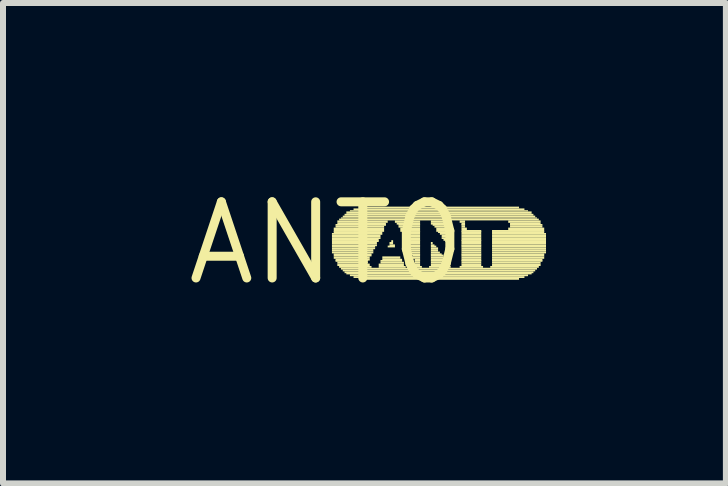
<source format=kicad_pcb>
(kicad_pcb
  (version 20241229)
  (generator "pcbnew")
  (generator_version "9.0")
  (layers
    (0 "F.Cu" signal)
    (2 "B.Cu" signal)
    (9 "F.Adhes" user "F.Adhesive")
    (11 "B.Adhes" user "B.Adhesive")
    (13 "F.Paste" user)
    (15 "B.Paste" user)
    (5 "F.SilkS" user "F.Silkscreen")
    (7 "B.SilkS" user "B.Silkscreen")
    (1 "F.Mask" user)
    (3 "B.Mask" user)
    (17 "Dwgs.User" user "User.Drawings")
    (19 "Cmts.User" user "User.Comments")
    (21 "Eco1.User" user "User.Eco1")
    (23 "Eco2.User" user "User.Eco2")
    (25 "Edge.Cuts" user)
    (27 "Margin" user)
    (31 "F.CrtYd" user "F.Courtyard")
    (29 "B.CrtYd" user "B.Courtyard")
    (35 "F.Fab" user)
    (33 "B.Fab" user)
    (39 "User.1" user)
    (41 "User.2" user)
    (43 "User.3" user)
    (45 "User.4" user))
  (footprint "ANT0"
    (layer "F.Cu")
    (at 2.396 1.006)
    (property "Reference" "ANT0" (at 0 0 0) (layer "F.SilkS") (effects (font (size 1.27 1.27) (thickness 0.15))))
    (fp_poly (pts (xy 0.09 -0.14) (xy 0.93 -0.14) (xy 0.93 -0.17) (xy 0.09 -0.17)) (stroke (width 0) (type default)) (fill yes) (layer "F.SilkS"))
    (fp_poly (pts (xy 0.09 -0.1) (xy 0.9 -0.1) (xy 0.9 -0.14) (xy 0.09 -0.14)) (stroke (width 0) (type default)) (fill yes) (layer "F.SilkS"))
    (fp_poly (pts (xy 0.09 -0.07) (xy 0.9 -0.07) (xy 0.9 -0.1) (xy 0.09 -0.1)) (stroke (width 0) (type default)) (fill yes) (layer "F.SilkS"))
    (fp_poly (pts (xy 0.09 -0.04) (xy 0.87 -0.04) (xy 0.87 -0.07) (xy 0.09 -0.07)) (stroke (width 0) (type default)) (fill yes) (layer "F.SilkS"))
    (fp_poly (pts (xy 0.09 -0.02) (xy 0.87 -0.02) (xy 0.87 -0.05) (xy 0.09 -0.05)) (stroke (width 0) (type default)) (fill yes) (layer "F.SilkS"))
    (fp_poly (pts (xy 0.09 0.02) (xy 0.84 0.02) (xy 0.84 -0.02) (xy 0.09 -0.02)) (stroke (width 0) (type default)) (fill yes) (layer "F.SilkS"))
    (fp_poly (pts (xy 0.09 0.05) (xy 0.84 0.05) (xy 0.84 0.02) (xy 0.09 0.02)) (stroke (width 0) (type default)) (fill yes) (layer "F.SilkS"))
    (fp_poly (pts (xy 0.09 0.07) (xy 0.81 0.07) (xy 0.81 0.04) (xy 0.09 0.04)) (stroke (width 0) (type default)) (fill yes) (layer "F.SilkS"))
    (fp_poly (pts (xy 0.09 0.1) (xy 0.81 0.1) (xy 0.81 0.07) (xy 0.09 0.07)) (stroke (width 0) (type default)) (fill yes) (layer "F.SilkS"))
    (fp_poly (pts (xy 0.09 0.14) (xy 0.78 0.14) (xy 0.78 0.1) (xy 0.09 0.1)) (stroke (width 0) (type default)) (fill yes) (layer "F.SilkS"))
    (fp_poly (pts (xy 0.09 0.17) (xy 0.78 0.17) (xy 0.78 0.14) (xy 0.09 0.14)) (stroke (width 0) (type default)) (fill yes) (layer "F.SilkS"))
    (fp_poly (pts (xy 0.12 -0.22) (xy 0.96 -0.22) (xy 0.96 -0.26) (xy 0.12 -0.26)) (stroke (width 0) (type default)) (fill yes) (layer "F.SilkS"))
    (fp_poly (pts (xy 0.12 -0.19) (xy 0.96 -0.19) (xy 0.96 -0.22) (xy 0.12 -0.22)) (stroke (width 0) (type default)) (fill yes) (layer "F.SilkS"))
    (fp_poly (pts (xy 0.12 -0.17) (xy 0.93 -0.17) (xy 0.93 -0.2) (xy 0.12 -0.2)) (stroke (width 0) (type default)) (fill yes) (layer "F.SilkS"))
    (fp_poly (pts (xy 0.12 0.2) (xy 0.75 0.2) (xy 0.75 0.17) (xy 0.12 0.17)) (stroke (width 0) (type default)) (fill yes) (layer "F.SilkS"))
    (fp_poly (pts (xy 0.12 0.22) (xy 0.75 0.22) (xy 0.75 0.19) (xy 0.12 0.19)) (stroke (width 0) (type default)) (fill yes) (layer "F.SilkS"))
    (fp_poly (pts (xy 0.12 0.26) (xy 0.72 0.26) (xy 0.72 0.22) (xy 0.12 0.22)) (stroke (width 0) (type default)) (fill yes) (layer "F.SilkS"))
    (fp_poly (pts (xy 0.15 -0.29) (xy 0.99 -0.29) (xy 0.99 -0.32) (xy 0.15 -0.32)) (stroke (width 0) (type default)) (fill yes) (layer "F.SilkS"))
    (fp_poly (pts (xy 0.15 -0.26) (xy 0.96 -0.26) (xy 0.96 -0.29) (xy 0.15 -0.29)) (stroke (width 0) (type default)) (fill yes) (layer "F.SilkS"))
    (fp_poly (pts (xy 0.15 0.29) (xy 0.72 0.29) (xy 0.72 0.26) (xy 0.15 0.26)) (stroke (width 0) (type default)) (fill yes) (layer "F.SilkS"))
    (fp_poly (pts (xy 0.15 0.31) (xy 0.69 0.31) (xy 0.69 0.28) (xy 0.15 0.28)) (stroke (width 0) (type default)) (fill yes) (layer "F.SilkS"))
    (fp_poly (pts (xy 0.18 -0.34) (xy 1.02 -0.34) (xy 1.02 -0.38) (xy 0.18 -0.38)) (stroke (width 0) (type default)) (fill yes) (layer "F.SilkS"))
    (fp_poly (pts (xy 0.18 -0.31) (xy 0.99 -0.31) (xy 0.99 -0.34) (xy 0.18 -0.34)) (stroke (width 0) (type default)) (fill yes) (layer "F.SilkS"))
    (fp_poly (pts (xy 0.18 0.34) (xy 0.69 0.34) (xy 0.69 0.31) (xy 0.18 0.31)) (stroke (width 0) (type default)) (fill yes) (layer "F.SilkS"))
    (fp_poly (pts (xy 0.18 0.38) (xy 0.72 0.38) (xy 0.72 0.34) (xy 0.18 0.34)) (stroke (width 0) (type default)) (fill yes) (layer "F.SilkS"))
    (fp_poly (pts (xy 0.21 -0.38) (xy 3.54 -0.38) (xy 3.54 -0.41) (xy 0.21 -0.41)) (stroke (width 0) (type default)) (fill yes) (layer "F.SilkS"))
    (fp_poly (pts (xy 0.21 0.41) (xy 0.75 0.41) (xy 0.75 0.38) (xy 0.21 0.38)) (stroke (width 0) (type default)) (fill yes) (layer "F.SilkS"))
    (fp_poly (pts (xy 0.24 -0.41) (xy 3.51 -0.41) (xy 3.51 -0.43) (xy 0.24 -0.43)) (stroke (width 0) (type default)) (fill yes) (layer "F.SilkS"))
    (fp_poly (pts (xy 0.24 0.44) (xy 3.51 0.44) (xy 3.51 0.41) (xy 0.24 0.41)) (stroke (width 0) (type default)) (fill yes) (layer "F.SilkS"))
    (fp_poly (pts (xy 0.27 -0.43) (xy 3.48 -0.43) (xy 3.48 -0.46) (xy 0.27 -0.46)) (stroke (width 0) (type default)) (fill yes) (layer "F.SilkS"))
    (fp_poly (pts (xy 0.27 0.47) (xy 3.48 0.47) (xy 3.48 0.44) (xy 0.27 0.44)) (stroke (width 0) (type default)) (fill yes) (layer "F.SilkS"))
    (fp_poly (pts (xy 0.3 -0.46) (xy 3.45 -0.46) (xy 3.45 -0.49) (xy 0.3 -0.49)) (stroke (width 0) (type default)) (fill yes) (layer "F.SilkS"))
    (fp_poly (pts (xy 0.3 0.5) (xy 3.45 0.5) (xy 3.45 0.47) (xy 0.3 0.47)) (stroke (width 0) (type default)) (fill yes) (layer "F.SilkS"))
    (fp_poly (pts (xy 0.33 -0.49) (xy 3.42 -0.49) (xy 3.42 -0.53) (xy 0.33 -0.53)) (stroke (width 0) (type default)) (fill yes) (layer "F.SilkS"))
    (fp_poly (pts (xy 0.33 0.52) (xy 3.42 0.52) (xy 3.42 0.49) (xy 0.33 0.49)) (stroke (width 0) (type default)) (fill yes) (layer "F.SilkS"))
    (fp_poly (pts (xy 0.39 -0.53) (xy 3.36 -0.53) (xy 3.36 -0.55) (xy 0.39 -0.55)) (stroke (width 0) (type default)) (fill yes) (layer "F.SilkS"))
    (fp_poly (pts (xy 0.39 0.55) (xy 3.36 0.55) (xy 3.36 0.52) (xy 0.39 0.52)) (stroke (width 0) (type default)) (fill yes) (layer "F.SilkS"))
    (fp_poly (pts (xy 0.45 -0.55) (xy 3.3 -0.55) (xy 3.3 -0.58) (xy 0.45 -0.58)) (stroke (width 0) (type default)) (fill yes) (layer "F.SilkS"))
    (fp_poly (pts (xy 0.45 0.58) (xy 3.3 0.58) (xy 3.3 0.55) (xy 0.45 0.55)) (stroke (width 0) (type default)) (fill yes) (layer "F.SilkS"))
    (fp_poly (pts (xy 0.54 -0.58) (xy 3.21 -0.58) (xy 3.21 -0.61) (xy 0.54 -0.61)) (stroke (width 0) (type default)) (fill yes) (layer "F.SilkS"))
    (fp_poly (pts (xy 0.54 0.61) (xy 3.21 0.61) (xy 3.21 0.58) (xy 0.54 0.58)) (stroke (width 0) (type default)) (fill yes) (layer "F.SilkS"))
    (fp_poly (pts (xy 0.87 0.38) (xy 1.29 0.38) (xy 1.29 0.34) (xy 0.87 0.34)) (stroke (width 0) (type default)) (fill yes) (layer "F.SilkS"))
    (fp_poly (pts (xy 0.87 0.41) (xy 1.32 0.41) (xy 1.32 0.38) (xy 0.87 0.38)) (stroke (width 0) (type default)) (fill yes) (layer "F.SilkS"))
    (fp_poly (pts (xy 0.9 0.31) (xy 1.26 0.31) (xy 1.26 0.28) (xy 0.9 0.28)) (stroke (width 0) (type default)) (fill yes) (layer "F.SilkS"))
    (fp_poly (pts (xy 0.9 0.34) (xy 1.29 0.34) (xy 1.29 0.31) (xy 0.9 0.31)) (stroke (width 0) (type default)) (fill yes) (layer "F.SilkS"))
    (fp_poly (pts (xy 0.93 0.26) (xy 1.23 0.26) (xy 1.23 0.22) (xy 0.93 0.22)) (stroke (width 0) (type default)) (fill yes) (layer "F.SilkS"))
    (fp_poly (pts (xy 0.93 0.29) (xy 1.26 0.29) (xy 1.26 0.26) (xy 0.93 0.26)) (stroke (width 0) (type default)) (fill yes) (layer "F.SilkS"))
    (fp_poly (pts (xy 1.02 0.07) (xy 1.14 0.07) (xy 1.14 0.04) (xy 1.02 0.04)) (stroke (width 0) (type default)) (fill yes) (layer "F.SilkS"))
    (fp_poly (pts (xy 1.05 0.02) (xy 1.11 0.02) (xy 1.11 -0.02) (xy 1.05 -0.02)) (stroke (width 0) (type default)) (fill yes) (layer "F.SilkS"))
    (fp_poly (pts (xy 1.05 0.05) (xy 1.14 0.05) (xy 1.14 0.02) (xy 1.05 0.02)) (stroke (width 0) (type default)) (fill yes) (layer "F.SilkS"))
    (fp_poly (pts (xy 1.08 -0.02) (xy 1.11 -0.02) (xy 1.11 -0.05) (xy 1.08 -0.05)) (stroke (width 0) (type default)) (fill yes) (layer "F.SilkS"))
    (fp_poly (pts (xy 1.14 -0.34) (xy 1.56 -0.34) (xy 1.56 -0.38) (xy 1.14 -0.38)) (stroke (width 0) (type default)) (fill yes) (layer "F.SilkS"))
    (fp_poly (pts (xy 1.17 -0.31) (xy 1.56 -0.31) (xy 1.56 -0.34) (xy 1.17 -0.34)) (stroke (width 0) (type default)) (fill yes) (layer "F.SilkS"))
    (fp_poly (pts (xy 1.2 -0.29) (xy 1.56 -0.29) (xy 1.56 -0.32) (xy 1.2 -0.32)) (stroke (width 0) (type default)) (fill yes) (layer "F.SilkS"))
    (fp_poly (pts (xy 1.2 -0.26) (xy 1.56 -0.26) (xy 1.56 -0.29) (xy 1.2 -0.29)) (stroke (width 0) (type default)) (fill yes) (layer "F.SilkS"))
    (fp_poly (pts (xy 1.23 -0.22) (xy 1.56 -0.22) (xy 1.56 -0.26) (xy 1.23 -0.26)) (stroke (width 0) (type default)) (fill yes) (layer "F.SilkS"))
    (fp_poly (pts (xy 1.23 -0.19) (xy 1.56 -0.19) (xy 1.56 -0.22) (xy 1.23 -0.22)) (stroke (width 0) (type default)) (fill yes) (layer "F.SilkS"))
    (fp_poly (pts (xy 1.26 -0.17) (xy 1.56 -0.17) (xy 1.56 -0.2) (xy 1.26 -0.2)) (stroke (width 0) (type default)) (fill yes) (layer "F.SilkS"))
    (fp_poly (pts (xy 1.26 -0.14) (xy 1.56 -0.14) (xy 1.56 -0.17) (xy 1.26 -0.17)) (stroke (width 0) (type default)) (fill yes) (layer "F.SilkS"))
    (fp_poly (pts (xy 1.26 -0.1) (xy 1.56 -0.1) (xy 1.56 -0.14) (xy 1.26 -0.14)) (stroke (width 0) (type default)) (fill yes) (layer "F.SilkS"))
    (fp_poly (pts (xy 1.29 -0.07) (xy 1.56 -0.07) (xy 1.56 -0.1) (xy 1.29 -0.1)) (stroke (width 0) (type default)) (fill yes) (layer "F.SilkS"))
    (fp_poly (pts (xy 1.29 -0.04) (xy 1.56 -0.04) (xy 1.56 -0.07) (xy 1.29 -0.07)) (stroke (width 0) (type default)) (fill yes) (layer "F.SilkS"))
    (fp_poly (pts (xy 1.32 -0.02) (xy 1.56 -0.02) (xy 1.56 -0.05) (xy 1.32 -0.05)) (stroke (width 0) (type default)) (fill yes) (layer "F.SilkS"))
    (fp_poly (pts (xy 1.32 0.02) (xy 1.56 0.02) (xy 1.56 -0.02) (xy 1.32 -0.02)) (stroke (width 0) (type default)) (fill yes) (layer "F.SilkS"))
    (fp_poly (pts (xy 1.35 0.05) (xy 1.56 0.05) (xy 1.56 0.02) (xy 1.35 0.02)) (stroke (width 0) (type default)) (fill yes) (layer "F.SilkS"))
    (fp_poly (pts (xy 1.35 0.07) (xy 1.56 0.07) (xy 1.56 0.04) (xy 1.35 0.04)) (stroke (width 0) (type default)) (fill yes) (layer "F.SilkS"))
    (fp_poly (pts (xy 1.38 0.1) (xy 1.56 0.1) (xy 1.56 0.07) (xy 1.38 0.07)) (stroke (width 0) (type default)) (fill yes) (layer "F.SilkS"))
    (fp_poly (pts (xy 1.38 0.14) (xy 1.56 0.14) (xy 1.56 0.1) (xy 1.38 0.1)) (stroke (width 0) (type default)) (fill yes) (layer "F.SilkS"))
    (fp_poly (pts (xy 1.41 0.17) (xy 1.56 0.17) (xy 1.56 0.14) (xy 1.41 0.14)) (stroke (width 0) (type default)) (fill yes) (layer "F.SilkS"))
    (fp_poly (pts (xy 1.41 0.2) (xy 1.56 0.2) (xy 1.56 0.17) (xy 1.41 0.17)) (stroke (width 0) (type default)) (fill yes) (layer "F.SilkS"))
    (fp_poly (pts (xy 1.44 0.22) (xy 1.56 0.22) (xy 1.56 0.19) (xy 1.44 0.19)) (stroke (width 0) (type default)) (fill yes) (layer "F.SilkS"))
    (fp_poly (pts (xy 1.44 0.26) (xy 1.56 0.26) (xy 1.56 0.22) (xy 1.44 0.22)) (stroke (width 0) (type default)) (fill yes) (layer "F.SilkS"))
    (fp_poly (pts (xy 1.44 0.41) (xy 1.59 0.41) (xy 1.59 0.38) (xy 1.44 0.38)) (stroke (width 0) (type default)) (fill yes) (layer "F.SilkS"))
    (fp_poly (pts (xy 1.47 0.29) (xy 1.56 0.29) (xy 1.56 0.26) (xy 1.47 0.26)) (stroke (width 0) (type default)) (fill yes) (layer "F.SilkS"))
    (fp_poly (pts (xy 1.47 0.31) (xy 1.56 0.31) (xy 1.56 0.28) (xy 1.47 0.28)) (stroke (width 0) (type default)) (fill yes) (layer "F.SilkS"))
    (fp_poly (pts (xy 1.47 0.34) (xy 1.56 0.34) (xy 1.56 0.31) (xy 1.47 0.31)) (stroke (width 0) (type default)) (fill yes) (layer "F.SilkS"))
    (fp_poly (pts (xy 1.47 0.38) (xy 1.56 0.38) (xy 1.56 0.34) (xy 1.47 0.34)) (stroke (width 0) (type default)) (fill yes) (layer "F.SilkS"))
    (fp_poly (pts (xy 1.71 0.41) (xy 2.07 0.41) (xy 2.07 0.38) (xy 1.71 0.38)) (stroke (width 0) (type default)) (fill yes) (layer "F.SilkS"))
    (fp_poly (pts (xy 1.74 -0.34) (xy 2.07 -0.34) (xy 2.07 -0.38) (xy 1.74 -0.38)) (stroke (width 0) (type default)) (fill yes) (layer "F.SilkS"))
    (fp_poly (pts (xy 1.74 -0.31) (xy 2.07 -0.31) (xy 2.07 -0.34) (xy 1.74 -0.34)) (stroke (width 0) (type default)) (fill yes) (layer "F.SilkS"))
    (fp_poly (pts (xy 1.74 0.02) (xy 1.77 0.02) (xy 1.77 -0.02) (xy 1.74 -0.02)) (stroke (width 0) (type default)) (fill yes) (layer "F.SilkS"))
    (fp_poly (pts (xy 1.74 0.05) (xy 1.8 0.05) (xy 1.8 0.02) (xy 1.74 0.02)) (stroke (width 0) (type default)) (fill yes) (layer "F.SilkS"))
    (fp_poly (pts (xy 1.74 0.07) (xy 1.83 0.07) (xy 1.83 0.04) (xy 1.74 0.04)) (stroke (width 0) (type default)) (fill yes) (layer "F.SilkS"))
    (fp_poly (pts (xy 1.74 0.1) (xy 1.86 0.1) (xy 1.86 0.07) (xy 1.74 0.07)) (stroke (width 0) (type default)) (fill yes) (layer "F.SilkS"))
    (fp_poly (pts (xy 1.74 0.14) (xy 1.86 0.14) (xy 1.86 0.1) (xy 1.74 0.1)) (stroke (width 0) (type default)) (fill yes) (layer "F.SilkS"))
    (fp_poly (pts (xy 1.74 0.17) (xy 1.89 0.17) (xy 1.89 0.14) (xy 1.74 0.14)) (stroke (width 0) (type default)) (fill yes) (layer "F.SilkS"))
    (fp_poly (pts (xy 1.74 0.2) (xy 1.92 0.2) (xy 1.92 0.17) (xy 1.74 0.17)) (stroke (width 0) (type default)) (fill yes) (layer "F.SilkS"))
    (fp_poly (pts (xy 1.74 0.22) (xy 1.95 0.22) (xy 1.95 0.19) (xy 1.74 0.19)) (stroke (width 0) (type default)) (fill yes) (layer "F.SilkS"))
    (fp_poly (pts (xy 1.74 0.26) (xy 1.95 0.26) (xy 1.95 0.22) (xy 1.74 0.22)) (stroke (width 0) (type default)) (fill yes) (layer "F.SilkS"))
    (fp_poly (pts (xy 1.74 0.29) (xy 1.98 0.29) (xy 1.98 0.26) (xy 1.74 0.26)) (stroke (width 0) (type default)) (fill yes) (layer "F.SilkS"))
    (fp_poly (pts (xy 1.74 0.31) (xy 2.01 0.31) (xy 2.01 0.28) (xy 1.74 0.28)) (stroke (width 0) (type default)) (fill yes) (layer "F.SilkS"))
    (fp_poly (pts (xy 1.74 0.34) (xy 2.04 0.34) (xy 2.04 0.31) (xy 1.74 0.31)) (stroke (width 0) (type default)) (fill yes) (layer "F.SilkS"))
    (fp_poly (pts (xy 1.74 0.38) (xy 2.04 0.38) (xy 2.04 0.34) (xy 1.74 0.34)) (stroke (width 0) (type default)) (fill yes) (layer "F.SilkS"))
    (fp_poly (pts (xy 1.77 -0.29) (xy 2.07 -0.29) (xy 2.07 -0.32) (xy 1.77 -0.32)) (stroke (width 0) (type default)) (fill yes) (layer "F.SilkS"))
    (fp_poly (pts (xy 1.8 -0.26) (xy 2.07 -0.26) (xy 2.07 -0.29) (xy 1.8 -0.29)) (stroke (width 0) (type default)) (fill yes) (layer "F.SilkS"))
    (fp_poly (pts (xy 1.83 -0.22) (xy 2.07 -0.22) (xy 2.07 -0.26) (xy 1.83 -0.26)) (stroke (width 0) (type default)) (fill yes) (layer "F.SilkS"))
    (fp_poly (pts (xy 1.83 -0.19) (xy 2.07 -0.19) (xy 2.07 -0.22) (xy 1.83 -0.22)) (stroke (width 0) (type default)) (fill yes) (layer "F.SilkS"))
    (fp_poly (pts (xy 1.86 -0.17) (xy 2.07 -0.17) (xy 2.07 -0.2) (xy 1.86 -0.2)) (stroke (width 0) (type default)) (fill yes) (layer "F.SilkS"))
    (fp_poly (pts (xy 1.89 -0.14) (xy 2.07 -0.14) (xy 2.07 -0.17) (xy 1.89 -0.17)) (stroke (width 0) (type default)) (fill yes) (layer "F.SilkS"))
    (fp_poly (pts (xy 1.92 -0.1) (xy 2.07 -0.1) (xy 2.07 -0.14) (xy 1.92 -0.14)) (stroke (width 0) (type default)) (fill yes) (layer "F.SilkS"))
    (fp_poly (pts (xy 1.92 -0.07) (xy 2.07 -0.07) (xy 2.07 -0.1) (xy 1.92 -0.1)) (stroke (width 0) (type default)) (fill yes) (layer "F.SilkS"))
    (fp_poly (pts (xy 1.95 -0.04) (xy 2.07 -0.04) (xy 2.07 -0.07) (xy 1.95 -0.07)) (stroke (width 0) (type default)) (fill yes) (layer "F.SilkS"))
    (fp_poly (pts (xy 1.98 -0.02) (xy 2.07 -0.02) (xy 2.07 -0.05) (xy 1.98 -0.05)) (stroke (width 0) (type default)) (fill yes) (layer "F.SilkS"))
    (fp_poly (pts (xy 2.01 0.02) (xy 2.07 0.02) (xy 2.07 -0.02) (xy 2.01 -0.02)) (stroke (width 0) (type default)) (fill yes) (layer "F.SilkS"))
    (fp_poly (pts (xy 2.01 0.05) (xy 2.07 0.05) (xy 2.07 0.02) (xy 2.01 0.02)) (stroke (width 0) (type default)) (fill yes) (layer "F.SilkS"))
    (fp_poly (pts (xy 2.22 -0.34) (xy 2.31 -0.34) (xy 2.31 -0.38) (xy 2.22 -0.38)) (stroke (width 0) (type default)) (fill yes) (layer "F.SilkS"))
    (fp_poly (pts (xy 2.22 0.41) (xy 2.61 0.41) (xy 2.61 0.38) (xy 2.22 0.38)) (stroke (width 0) (type default)) (fill yes) (layer "F.SilkS"))
    (fp_poly (pts (xy 2.25 -0.31) (xy 2.31 -0.31) (xy 2.31 -0.34) (xy 2.25 -0.34)) (stroke (width 0) (type default)) (fill yes) (layer "F.SilkS"))
    (fp_poly (pts (xy 2.25 -0.29) (xy 2.31 -0.29) (xy 2.31 -0.32) (xy 2.25 -0.32)) (stroke (width 0) (type default)) (fill yes) (layer "F.SilkS"))
    (fp_poly (pts (xy 2.25 -0.26) (xy 2.31 -0.26) (xy 2.31 -0.29) (xy 2.25 -0.29)) (stroke (width 0) (type default)) (fill yes) (layer "F.SilkS"))
    (fp_poly (pts (xy 2.25 -0.22) (xy 2.34 -0.22) (xy 2.34 -0.26) (xy 2.25 -0.26)) (stroke (width 0) (type default)) (fill yes) (layer "F.SilkS"))
    (fp_poly (pts (xy 2.25 -0.19) (xy 2.58 -0.19) (xy 2.58 -0.22) (xy 2.25 -0.22)) (stroke (width 0) (type default)) (fill yes) (layer "F.SilkS"))
    (fp_poly (pts (xy 2.25 -0.17) (xy 2.58 -0.17) (xy 2.58 -0.2) (xy 2.25 -0.2)) (stroke (width 0) (type default)) (fill yes) (layer "F.SilkS"))
    (fp_poly (pts (xy 2.25 -0.14) (xy 2.58 -0.14) (xy 2.58 -0.17) (xy 2.25 -0.17)) (stroke (width 0) (type default)) (fill yes) (layer "F.SilkS"))
    (fp_poly (pts (xy 2.25 -0.1) (xy 2.58 -0.1) (xy 2.58 -0.14) (xy 2.25 -0.14)) (stroke (width 0) (type default)) (fill yes) (layer "F.SilkS"))
    (fp_poly (pts (xy 2.25 -0.07) (xy 2.58 -0.07) (xy 2.58 -0.1) (xy 2.25 -0.1)) (stroke (width 0) (type default)) (fill yes) (layer "F.SilkS"))
    (fp_poly (pts (xy 2.25 -0.04) (xy 2.58 -0.04) (xy 2.58 -0.07) (xy 2.25 -0.07)) (stroke (width 0) (type default)) (fill yes) (layer "F.SilkS"))
    (fp_poly (pts (xy 2.25 -0.02) (xy 2.58 -0.02) (xy 2.58 -0.05) (xy 2.25 -0.05)) (stroke (width 0) (type default)) (fill yes) (layer "F.SilkS"))
    (fp_poly (pts (xy 2.25 0.02) (xy 2.58 0.02) (xy 2.58 -0.02) (xy 2.25 -0.02)) (stroke (width 0) (type default)) (fill yes) (layer "F.SilkS"))
    (fp_poly (pts (xy 2.25 0.05) (xy 2.58 0.05) (xy 2.58 0.02) (xy 2.25 0.02)) (stroke (width 0) (type default)) (fill yes) (layer "F.SilkS"))
    (fp_poly (pts (xy 2.25 0.07) (xy 2.58 0.07) (xy 2.58 0.04) (xy 2.25 0.04)) (stroke (width 0) (type default)) (fill yes) (layer "F.SilkS"))
    (fp_poly (pts (xy 2.25 0.1) (xy 2.58 0.1) (xy 2.58 0.07) (xy 2.25 0.07)) (stroke (width 0) (type default)) (fill yes) (layer "F.SilkS"))
    (fp_poly (pts (xy 2.25 0.14) (xy 2.58 0.14) (xy 2.58 0.1) (xy 2.25 0.1)) (stroke (width 0) (type default)) (fill yes) (layer "F.SilkS"))
    (fp_poly (pts (xy 2.25 0.17) (xy 2.58 0.17) (xy 2.58 0.14) (xy 2.25 0.14)) (stroke (width 0) (type default)) (fill yes) (layer "F.SilkS"))
    (fp_poly (pts (xy 2.25 0.2) (xy 2.58 0.2) (xy 2.58 0.17) (xy 2.25 0.17)) (stroke (width 0) (type default)) (fill yes) (layer "F.SilkS"))
    (fp_poly (pts (xy 2.25 0.22) (xy 2.58 0.22) (xy 2.58 0.19) (xy 2.25 0.19)) (stroke (width 0) (type default)) (fill yes) (layer "F.SilkS"))
    (fp_poly (pts (xy 2.25 0.26) (xy 2.58 0.26) (xy 2.58 0.22) (xy 2.25 0.22)) (stroke (width 0) (type default)) (fill yes) (layer "F.SilkS"))
    (fp_poly (pts (xy 2.25 0.29) (xy 2.58 0.29) (xy 2.58 0.26) (xy 2.25 0.26)) (stroke (width 0) (type default)) (fill yes) (layer "F.SilkS"))
    (fp_poly (pts (xy 2.25 0.31) (xy 2.58 0.31) (xy 2.58 0.28) (xy 2.25 0.28)) (stroke (width 0) (type default)) (fill yes) (layer "F.SilkS"))
    (fp_poly (pts (xy 2.25 0.34) (xy 2.58 0.34) (xy 2.58 0.31) (xy 2.25 0.31)) (stroke (width 0) (type default)) (fill yes) (layer "F.SilkS"))
    (fp_poly (pts (xy 2.25 0.38) (xy 2.58 0.38) (xy 2.58 0.34) (xy 2.25 0.34)) (stroke (width 0) (type default)) (fill yes) (layer "F.SilkS"))
    (fp_poly (pts (xy 2.73 0.41) (xy 3.54 0.41) (xy 3.54 0.38) (xy 2.73 0.38)) (stroke (width 0) (type default)) (fill yes) (layer "F.SilkS"))
    (fp_poly (pts (xy 2.76 -0.19) (xy 3.63 -0.19) (xy 3.63 -0.22) (xy 2.76 -0.22)) (stroke (width 0) (type default)) (fill yes) (layer "F.SilkS"))
    (fp_poly (pts (xy 2.76 -0.17) (xy 3.63 -0.17) (xy 3.63 -0.2) (xy 2.76 -0.2)) (stroke (width 0) (type default)) (fill yes) (layer "F.SilkS"))
    (fp_poly (pts (xy 2.76 -0.14) (xy 3.66 -0.14) (xy 3.66 -0.17) (xy 2.76 -0.17)) (stroke (width 0) (type default)) (fill yes) (layer "F.SilkS"))
    (fp_poly (pts (xy 2.76 -0.1) (xy 3.66 -0.1) (xy 3.66 -0.14) (xy 2.76 -0.14)) (stroke (width 0) (type default)) (fill yes) (layer "F.SilkS"))
    (fp_poly (pts (xy 2.76 -0.07) (xy 3.66 -0.07) (xy 3.66 -0.1) (xy 2.76 -0.1)) (stroke (width 0) (type default)) (fill yes) (layer "F.SilkS"))
    (fp_poly (pts (xy 2.76 -0.04) (xy 3.66 -0.04) (xy 3.66 -0.07) (xy 2.76 -0.07)) (stroke (width 0) (type default)) (fill yes) (layer "F.SilkS"))
    (fp_poly (pts (xy 2.76 -0.02) (xy 3.66 -0.02) (xy 3.66 -0.05) (xy 2.76 -0.05)) (stroke (width 0) (type default)) (fill yes) (layer "F.SilkS"))
    (fp_poly (pts (xy 2.76 0.02) (xy 3.66 0.02) (xy 3.66 -0.02) (xy 2.76 -0.02)) (stroke (width 0) (type default)) (fill yes) (layer "F.SilkS"))
    (fp_poly (pts (xy 2.76 0.05) (xy 3.66 0.05) (xy 3.66 0.02) (xy 2.76 0.02)) (stroke (width 0) (type default)) (fill yes) (layer "F.SilkS"))
    (fp_poly (pts (xy 2.76 0.07) (xy 3.66 0.07) (xy 3.66 0.04) (xy 2.76 0.04)) (stroke (width 0) (type default)) (fill yes) (layer "F.SilkS"))
    (fp_poly (pts (xy 2.76 0.1) (xy 3.66 0.1) (xy 3.66 0.07) (xy 2.76 0.07)) (stroke (width 0) (type default)) (fill yes) (layer "F.SilkS"))
    (fp_poly (pts (xy 2.76 0.14) (xy 3.66 0.14) (xy 3.66 0.1) (xy 2.76 0.1)) (stroke (width 0) (type default)) (fill yes) (layer "F.SilkS"))
    (fp_poly (pts (xy 2.76 0.17) (xy 3.66 0.17) (xy 3.66 0.14) (xy 2.76 0.14)) (stroke (width 0) (type default)) (fill yes) (layer "F.SilkS"))
    (fp_poly (pts (xy 2.76 0.2) (xy 3.63 0.2) (xy 3.63 0.17) (xy 2.76 0.17)) (stroke (width 0) (type default)) (fill yes) (layer "F.SilkS"))
    (fp_poly (pts (xy 2.76 0.22) (xy 3.63 0.22) (xy 3.63 0.19) (xy 2.76 0.19)) (stroke (width 0) (type default)) (fill yes) (layer "F.SilkS"))
    (fp_poly (pts (xy 2.76 0.26) (xy 3.63 0.26) (xy 3.63 0.22) (xy 2.76 0.22)) (stroke (width 0) (type default)) (fill yes) (layer "F.SilkS"))
    (fp_poly (pts (xy 2.76 0.29) (xy 3.6 0.29) (xy 3.6 0.26) (xy 2.76 0.26)) (stroke (width 0) (type default)) (fill yes) (layer "F.SilkS"))
    (fp_poly (pts (xy 2.76 0.31) (xy 3.6 0.31) (xy 3.6 0.28) (xy 2.76 0.28)) (stroke (width 0) (type default)) (fill yes) (layer "F.SilkS"))
    (fp_poly (pts (xy 2.76 0.34) (xy 3.57 0.34) (xy 3.57 0.31) (xy 2.76 0.31)) (stroke (width 0) (type default)) (fill yes) (layer "F.SilkS"))
    (fp_poly (pts (xy 2.76 0.38) (xy 3.57 0.38) (xy 3.57 0.34) (xy 2.76 0.34)) (stroke (width 0) (type default)) (fill yes) (layer "F.SilkS"))
    (fp_poly (pts (xy 3.03 -0.34) (xy 3.57 -0.34) (xy 3.57 -0.38) (xy 3.03 -0.38)) (stroke (width 0) (type default)) (fill yes) (layer "F.SilkS"))
    (fp_poly (pts (xy 3.03 -0.22) (xy 3.63 -0.22) (xy 3.63 -0.26) (xy 3.03 -0.26)) (stroke (width 0) (type default)) (fill yes) (layer "F.SilkS"))
    (fp_poly (pts (xy 3.06 -0.31) (xy 3.57 -0.31) (xy 3.57 -0.34) (xy 3.06 -0.34)) (stroke (width 0) (type default)) (fill yes) (layer "F.SilkS"))
    (fp_poly (pts (xy 3.06 -0.29) (xy 3.6 -0.29) (xy 3.6 -0.32) (xy 3.06 -0.32)) (stroke (width 0) (type default)) (fill yes) (layer "F.SilkS"))
    (fp_poly (pts (xy 3.06 -0.26) (xy 3.6 -0.26) (xy 3.6 -0.29) (xy 3.06 -0.29)) (stroke (width 0) (type default)) (fill yes) (layer "F.SilkS")))
  (gr_rect
    (start -3 -3)
    (end 9.056 5.012)
    (stroke (width 0.1) (type default))
    (fill no)
    (layer "Edge.Cuts")))
</source>
